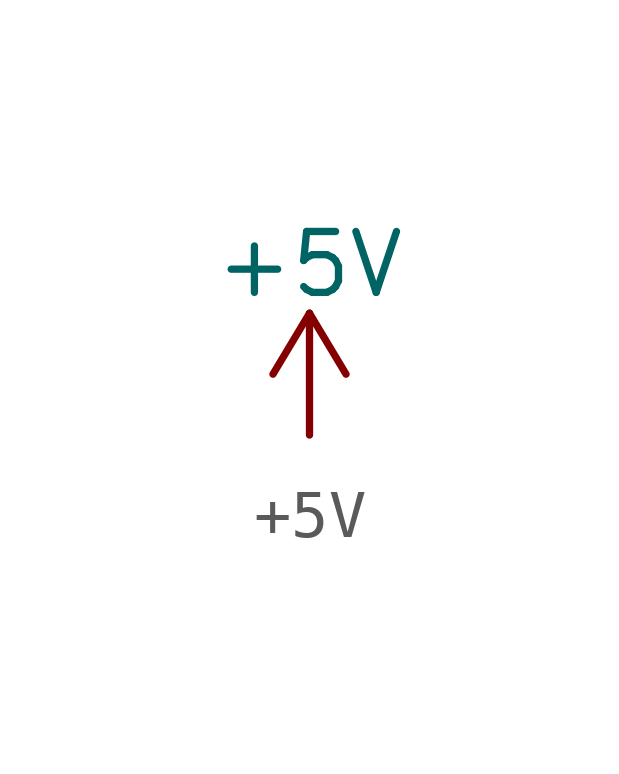
<source format=kicad_sym>
(kicad_symbol_lib
  (version 20211014)
  (generator kicad_symbol_editor)
  (symbol "power1:+5V"
    (power)
    (pin_names
      (offset 0))
    (property "Reference" "#PWR"
      (at 0 -3.81 0)
      (effects (font (size 1.27 1.27)) hide))
    (property "Value" "+5V"
      (at 0 3.556 0)
      (effects (font (size 1.27 1.27))))
    (symbol "+5V_0_1"
      (polyline (pts (xy -0.762 1.27) (xy 0 2.54)) (stroke (width 0) (type default) (color 0 0 0 0)) (fill (type none)))
      (polyline (pts (xy 0 0) (xy 0 2.54)) (stroke (width 0) (type default) (color 0 0 0 0)) (fill (type none)))
      (polyline (pts (xy 0 2.54) (xy 0.762 1.27)) (stroke (width 0) (type default) (color 0 0 0 0)) (fill (type none))))
    (symbol "+5V_1_1"
      (pin power_in line (at 0 0 90) (length 0) hide (name "+5V" (effects (font (size 1.27 1.27)))) (number "1" (effects (font (size 1.27 1.27)))) (alternate "+5V-OUT" power_out line)))))
</source>
